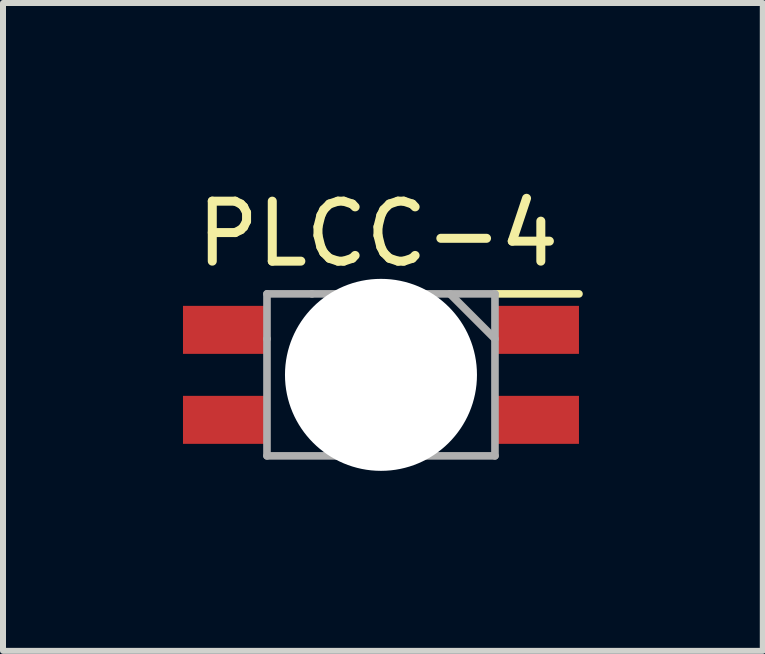
<source format=kicad_pcb>
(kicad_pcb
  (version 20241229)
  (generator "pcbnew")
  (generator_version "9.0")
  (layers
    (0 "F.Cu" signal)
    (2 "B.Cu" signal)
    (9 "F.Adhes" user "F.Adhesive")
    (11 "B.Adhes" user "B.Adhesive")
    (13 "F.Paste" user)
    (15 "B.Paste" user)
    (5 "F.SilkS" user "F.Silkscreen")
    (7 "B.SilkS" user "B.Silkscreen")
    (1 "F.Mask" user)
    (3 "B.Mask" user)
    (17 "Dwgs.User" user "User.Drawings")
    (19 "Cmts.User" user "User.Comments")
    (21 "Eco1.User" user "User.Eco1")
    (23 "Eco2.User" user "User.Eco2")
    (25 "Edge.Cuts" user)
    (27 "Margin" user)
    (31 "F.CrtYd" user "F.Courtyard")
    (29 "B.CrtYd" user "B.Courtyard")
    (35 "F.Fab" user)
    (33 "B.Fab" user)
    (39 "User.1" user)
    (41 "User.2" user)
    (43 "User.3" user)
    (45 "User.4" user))
  (footprint "PLCC-4"
    (layer "F.Cu")
    (at 3.3 3.198)
    (property "Reference" "PLCC-4" (at -0.05 -2.35 0) (layer "F.SilkS") (effects (font (size 1 1) (thickness 0.15))))
    (attr through_hole)
    (fp_line (start 1.9 -1.35) (end 3.3 -1.35) (stroke (width 0.127) (type solid)) (layer "F.SilkS"))
    (fp_line (start -1.9 -1.35) (end -1.15 -1.35) (stroke (width 0.127) (type solid)) (layer "F.Fab"))
    (fp_line (start -1.9 -0.6) (end -1.9 -1.35) (stroke (width 0.127) (type solid)) (layer "F.Fab"))
    (fp_line (start -1.9 1.35) (end -1.9 -0.6) (stroke (width 0.127) (type solid)) (layer "F.Fab"))
    (fp_line (start -1.15 -1.35) (end 1.9 -1.35) (stroke (width 0.127) (type solid)) (layer "F.Fab"))
    (fp_line (start 1.15 -1.35) (end 1.9 -0.6) (stroke (width 0.127) (type solid)) (layer "F.Fab"))
    (fp_line (start 1.9 -1.35) (end 1.9 1.35) (stroke (width 0.127) (type solid)) (layer "F.Fab"))
    (fp_line (start 1.9 1.35) (end -1.9 1.35) (stroke (width 0.127) (type solid)) (layer "F.Fab"))
    (pad "" np_thru_hole circle (at 0 0) (size 3.2 3.2) (drill 3.2) (layers "*.Cu" "*.Mask"))
    (pad "1" smd rect (at 2.6 -0.75) (size 1.4 0.8) (layers "F.Cu" "F.Mask" "F.Paste"))
    (pad "2" smd rect (at -2.6 -0.75) (size 1.4 0.8) (layers "F.Cu" "F.Mask" "F.Paste"))
    (pad "3" smd rect (at -2.6 0.75) (size 1.4 0.8) (layers "F.Cu" "F.Mask" "F.Paste"))
    (pad "4" smd rect (at 2.6 0.75) (size 1.4 0.8) (layers "F.Cu" "F.Mask" "F.Paste")))
  (gr_rect
    (start -3 -3)
    (end 9.664 7.798)
    (stroke (width 0.1) (type default))
    (fill no)
    (layer "Edge.Cuts")))
</source>
